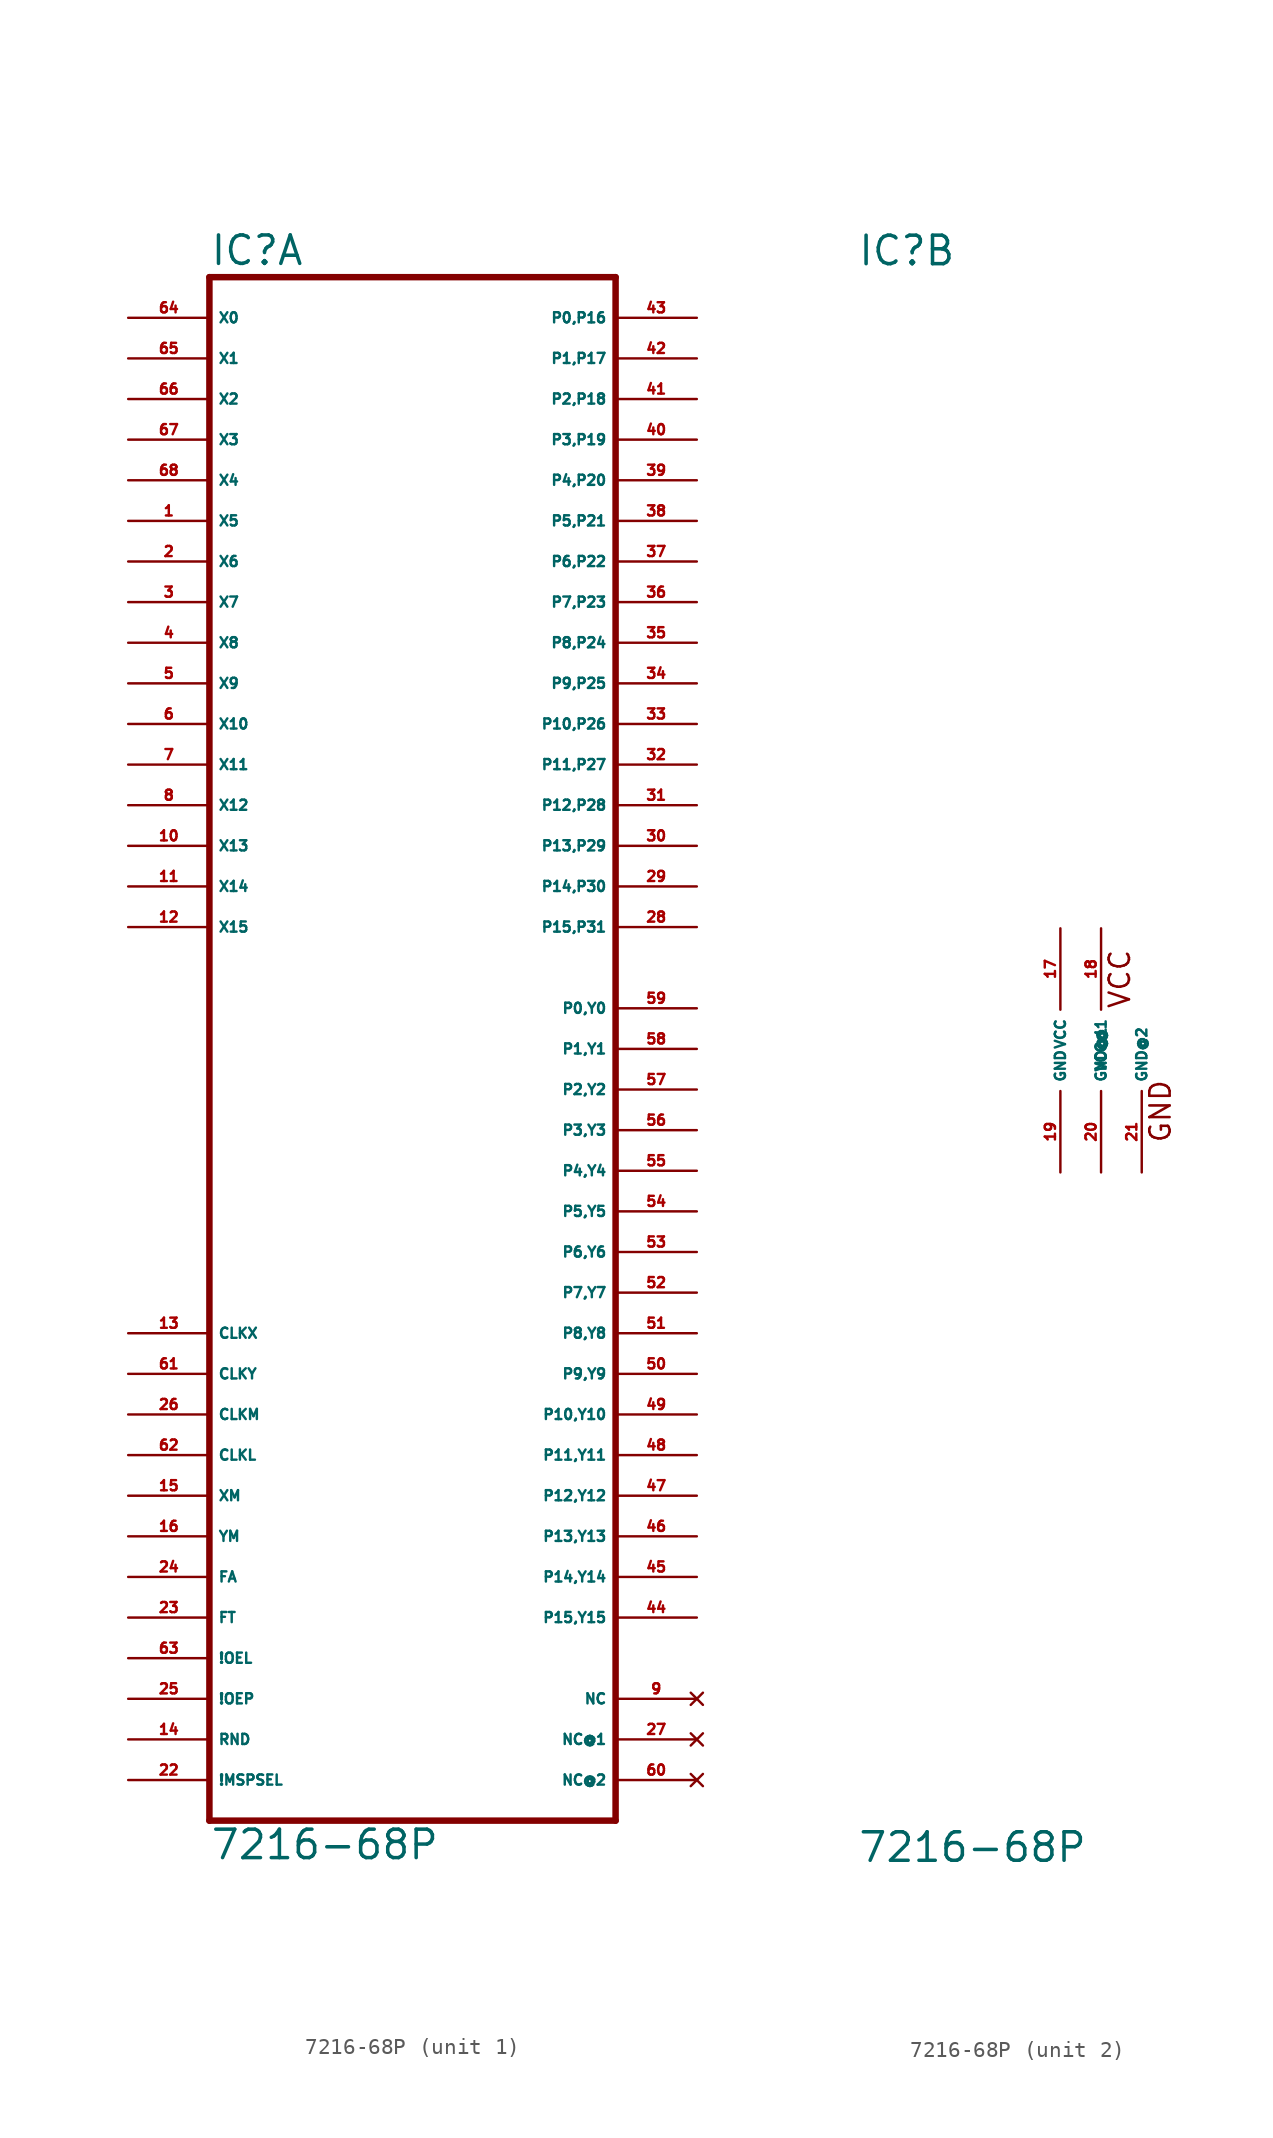
<source format=kicad_sym>
(kicad_symbol_lib
  (version 20220914)
  (generator Eagle2Kicad)
  (symbol "7216-68P"
    (property "Reference" "IC"
      (at -12.7 48.895 0)
      (effects (font (size 1.778 1.778) (thickness 0.22)) (justify left bottom)))
    (property "Value" "7216-68P"
      (at -12.7 -50.8 0)
      (effects (font (size 1.778 1.778) (thickness 0.22)) (justify left bottom)))
    (symbol "7216-68P_1_0"
      (polyline (pts (xy -12.7 -48.26) (xy 12.7 -48.26)) (stroke (width 0.406) (type default)) (fill (type none)))
      (polyline (pts (xy 12.7 -48.26) (xy 12.7 48.26)) (stroke (width 0.406) (type default)) (fill (type none)))
      (polyline (pts (xy 12.7 48.26) (xy -12.7 48.26)) (stroke (width 0.406) (type default)) (fill (type none)))
      (polyline (pts (xy -12.7 48.26) (xy -12.7 -48.26)) (stroke (width 0.406) (type default)) (fill (type none)))
      (pin input line (at -17.78 45.72 0) (length 5.08) (name "X0" (effects (font (size 0.635 0.635) (thickness 0.08)) (justify left bottom))) (number "64" (effects (font (size 0.635 0.635) (thickness 0.08)) (justify left bottom))))
      (pin input line (at -17.78 43.18 0) (length 5.08) (name "X1" (effects (font (size 0.635 0.635) (thickness 0.08)) (justify left bottom))) (number "65" (effects (font (size 0.635 0.635) (thickness 0.08)) (justify left bottom))))
      (pin input line (at -17.78 40.64 0) (length 5.08) (name "X2" (effects (font (size 0.635 0.635) (thickness 0.08)) (justify left bottom))) (number "66" (effects (font (size 0.635 0.635) (thickness 0.08)) (justify left bottom))))
      (pin input line (at -17.78 38.1 0) (length 5.08) (name "X3" (effects (font (size 0.635 0.635) (thickness 0.08)) (justify left bottom))) (number "67" (effects (font (size 0.635 0.635) (thickness 0.08)) (justify left bottom))))
      (pin input line (at -17.78 35.56 0) (length 5.08) (name "X4" (effects (font (size 0.635 0.635) (thickness 0.08)) (justify left bottom))) (number "68" (effects (font (size 0.635 0.635) (thickness 0.08)) (justify left bottom))))
      (pin input line (at -17.78 33.02 0) (length 5.08) (name "X5" (effects (font (size 0.635 0.635) (thickness 0.08)) (justify left bottom))) (number "1" (effects (font (size 0.635 0.635) (thickness 0.08)) (justify left bottom))))
      (pin input line (at -17.78 30.48 0) (length 5.08) (name "X6" (effects (font (size 0.635 0.635) (thickness 0.08)) (justify left bottom))) (number "2" (effects (font (size 0.635 0.635) (thickness 0.08)) (justify left bottom))))
      (pin input line (at -17.78 27.94 0) (length 5.08) (name "X7" (effects (font (size 0.635 0.635) (thickness 0.08)) (justify left bottom))) (number "3" (effects (font (size 0.635 0.635) (thickness 0.08)) (justify left bottom))))
      (pin input line (at -17.78 25.4 0) (length 5.08) (name "X8" (effects (font (size 0.635 0.635) (thickness 0.08)) (justify left bottom))) (number "4" (effects (font (size 0.635 0.635) (thickness 0.08)) (justify left bottom))))
      (pin input line (at -17.78 22.86 0) (length 5.08) (name "X9" (effects (font (size 0.635 0.635) (thickness 0.08)) (justify left bottom))) (number "5" (effects (font (size 0.635 0.635) (thickness 0.08)) (justify left bottom))))
      (pin input line (at -17.78 20.32 0) (length 5.08) (name "X10" (effects (font (size 0.635 0.635) (thickness 0.08)) (justify left bottom))) (number "6" (effects (font (size 0.635 0.635) (thickness 0.08)) (justify left bottom))))
      (pin input line (at -17.78 17.78 0) (length 5.08) (name "X11" (effects (font (size 0.635 0.635) (thickness 0.08)) (justify left bottom))) (number "7" (effects (font (size 0.635 0.635) (thickness 0.08)) (justify left bottom))))
      (pin input line (at -17.78 15.24 0) (length 5.08) (name "X12" (effects (font (size 0.635 0.635) (thickness 0.08)) (justify left bottom))) (number "8" (effects (font (size 0.635 0.635) (thickness 0.08)) (justify left bottom))))
      (pin input line (at -17.78 12.7 0) (length 5.08) (name "X13" (effects (font (size 0.635 0.635) (thickness 0.08)) (justify left bottom))) (number "10" (effects (font (size 0.635 0.635) (thickness 0.08)) (justify left bottom))))
      (pin input line (at -17.78 10.16 0) (length 5.08) (name "X14" (effects (font (size 0.635 0.635) (thickness 0.08)) (justify left bottom))) (number "11" (effects (font (size 0.635 0.635) (thickness 0.08)) (justify left bottom))))
      (pin input line (at -17.78 7.62 0) (length 5.08) (name "X15" (effects (font (size 0.635 0.635) (thickness 0.08)) (justify left bottom))) (number "12" (effects (font (size 0.635 0.635) (thickness 0.08)) (justify left bottom))))
      (pin bidirectional line (at 17.78 -35.56 180) (length 5.08) (name "P15,Y15" (effects (font (size 0.635 0.635) (thickness 0.08)) (justify left bottom))) (number "44" (effects (font (size 0.635 0.635) (thickness 0.08)) (justify left bottom))))
      (pin bidirectional line (at 17.78 -33.02 180) (length 5.08) (name "P14,Y14" (effects (font (size 0.635 0.635) (thickness 0.08)) (justify left bottom))) (number "45" (effects (font (size 0.635 0.635) (thickness 0.08)) (justify left bottom))))
      (pin bidirectional line (at 17.78 -30.48 180) (length 5.08) (name "P13,Y13" (effects (font (size 0.635 0.635) (thickness 0.08)) (justify left bottom))) (number "46" (effects (font (size 0.635 0.635) (thickness 0.08)) (justify left bottom))))
      (pin bidirectional line (at 17.78 -27.94 180) (length 5.08) (name "P12,Y12" (effects (font (size 0.635 0.635) (thickness 0.08)) (justify left bottom))) (number "47" (effects (font (size 0.635 0.635) (thickness 0.08)) (justify left bottom))))
      (pin bidirectional line (at 17.78 -25.4 180) (length 5.08) (name "P11,Y11" (effects (font (size 0.635 0.635) (thickness 0.08)) (justify left bottom))) (number "48" (effects (font (size 0.635 0.635) (thickness 0.08)) (justify left bottom))))
      (pin bidirectional line (at 17.78 -22.86 180) (length 5.08) (name "P10,Y10" (effects (font (size 0.635 0.635) (thickness 0.08)) (justify left bottom))) (number "49" (effects (font (size 0.635 0.635) (thickness 0.08)) (justify left bottom))))
      (pin bidirectional line (at 17.78 -20.32 180) (length 5.08) (name "P9,Y9" (effects (font (size 0.635 0.635) (thickness 0.08)) (justify left bottom))) (number "50" (effects (font (size 0.635 0.635) (thickness 0.08)) (justify left bottom))))
      (pin bidirectional line (at 17.78 -17.78 180) (length 5.08) (name "P8,Y8" (effects (font (size 0.635 0.635) (thickness 0.08)) (justify left bottom))) (number "51" (effects (font (size 0.635 0.635) (thickness 0.08)) (justify left bottom))))
      (pin bidirectional line (at 17.78 -15.24 180) (length 5.08) (name "P7,Y7" (effects (font (size 0.635 0.635) (thickness 0.08)) (justify left bottom))) (number "52" (effects (font (size 0.635 0.635) (thickness 0.08)) (justify left bottom))))
      (pin bidirectional line (at 17.78 -12.7 180) (length 5.08) (name "P6,Y6" (effects (font (size 0.635 0.635) (thickness 0.08)) (justify left bottom))) (number "53" (effects (font (size 0.635 0.635) (thickness 0.08)) (justify left bottom))))
      (pin bidirectional line (at 17.78 -10.16 180) (length 5.08) (name "P5,Y5" (effects (font (size 0.635 0.635) (thickness 0.08)) (justify left bottom))) (number "54" (effects (font (size 0.635 0.635) (thickness 0.08)) (justify left bottom))))
      (pin bidirectional line (at 17.78 -7.62 180) (length 5.08) (name "P4,Y4" (effects (font (size 0.635 0.635) (thickness 0.08)) (justify left bottom))) (number "55" (effects (font (size 0.635 0.635) (thickness 0.08)) (justify left bottom))))
      (pin bidirectional line (at 17.78 -5.08 180) (length 5.08) (name "P3,Y3" (effects (font (size 0.635 0.635) (thickness 0.08)) (justify left bottom))) (number "56" (effects (font (size 0.635 0.635) (thickness 0.08)) (justify left bottom))))
      (pin bidirectional line (at 17.78 -2.54 180) (length 5.08) (name "P2,Y2" (effects (font (size 0.635 0.635) (thickness 0.08)) (justify left bottom))) (number "57" (effects (font (size 0.635 0.635) (thickness 0.08)) (justify left bottom))))
      (pin bidirectional line (at 17.78 0 180) (length 5.08) (name "P1,Y1" (effects (font (size 0.635 0.635) (thickness 0.08)) (justify left bottom))) (number "58" (effects (font (size 0.635 0.635) (thickness 0.08)) (justify left bottom))))
      (pin bidirectional line (at 17.78 2.54 180) (length 5.08) (name "P0,Y0" (effects (font (size 0.635 0.635) (thickness 0.08)) (justify left bottom))) (number "59" (effects (font (size 0.635 0.635) (thickness 0.08)) (justify left bottom))))
      (pin input line (at -17.78 -17.78 0) (length 5.08) (name "CLKX" (effects (font (size 0.635 0.635) (thickness 0.08)) (justify left bottom))) (number "13" (effects (font (size 0.635 0.635) (thickness 0.08)) (justify left bottom))))
      (pin input line (at -17.78 -20.32 0) (length 5.08) (name "CLKY" (effects (font (size 0.635 0.635) (thickness 0.08)) (justify left bottom))) (number "61" (effects (font (size 0.635 0.635) (thickness 0.08)) (justify left bottom))))
      (pin input line (at -17.78 -22.86 0) (length 5.08) (name "CLKM" (effects (font (size 0.635 0.635) (thickness 0.08)) (justify left bottom))) (number "26" (effects (font (size 0.635 0.635) (thickness 0.08)) (justify left bottom))))
      (pin input line (at -17.78 -25.4 0) (length 5.08) (name "CLKL" (effects (font (size 0.635 0.635) (thickness 0.08)) (justify left bottom))) (number "62" (effects (font (size 0.635 0.635) (thickness 0.08)) (justify left bottom))))
      (pin input line (at -17.78 -27.94 0) (length 5.08) (name "XM" (effects (font (size 0.635 0.635) (thickness 0.08)) (justify left bottom))) (number "15" (effects (font (size 0.635 0.635) (thickness 0.08)) (justify left bottom))))
      (pin input line (at -17.78 -30.48 0) (length 5.08) (name "YM" (effects (font (size 0.635 0.635) (thickness 0.08)) (justify left bottom))) (number "16" (effects (font (size 0.635 0.635) (thickness 0.08)) (justify left bottom))))
      (pin input line (at -17.78 -33.02 0) (length 5.08) (name "FA" (effects (font (size 0.635 0.635) (thickness 0.08)) (justify left bottom))) (number "24" (effects (font (size 0.635 0.635) (thickness 0.08)) (justify left bottom))))
      (pin input line (at -17.78 -35.56 0) (length 5.08) (name "FT" (effects (font (size 0.635 0.635) (thickness 0.08)) (justify left bottom))) (number "23" (effects (font (size 0.635 0.635) (thickness 0.08)) (justify left bottom))))
      (pin input line (at -17.78 -38.1 0) (length 5.08) (name "!OEL" (effects (font (size 0.635 0.635) (thickness 0.08)) (justify left bottom))) (number "63" (effects (font (size 0.635 0.635) (thickness 0.08)) (justify left bottom))))
      (pin input line (at -17.78 -40.64 0) (length 5.08) (name "!OEP" (effects (font (size 0.635 0.635) (thickness 0.08)) (justify left bottom))) (number "25" (effects (font (size 0.635 0.635) (thickness 0.08)) (justify left bottom))))
      (pin input line (at -17.78 -43.18 0) (length 5.08) (name "RND" (effects (font (size 0.635 0.635) (thickness 0.08)) (justify left bottom))) (number "14" (effects (font (size 0.635 0.635) (thickness 0.08)) (justify left bottom))))
      (pin input line (at -17.78 -45.72 0) (length 5.08) (name "!MSPSEL" (effects (font (size 0.635 0.635) (thickness 0.08)) (justify left bottom))) (number "22" (effects (font (size 0.635 0.635) (thickness 0.08)) (justify left bottom))))
      (pin output line (at 17.78 45.72 180) (length 5.08) (name "P0,P16" (effects (font (size 0.635 0.635) (thickness 0.08)) (justify left bottom))) (number "43" (effects (font (size 0.635 0.635) (thickness 0.08)) (justify left bottom))))
      (pin output line (at 17.78 43.18 180) (length 5.08) (name "P1,P17" (effects (font (size 0.635 0.635) (thickness 0.08)) (justify left bottom))) (number "42" (effects (font (size 0.635 0.635) (thickness 0.08)) (justify left bottom))))
      (pin output line (at 17.78 40.64 180) (length 5.08) (name "P2,P18" (effects (font (size 0.635 0.635) (thickness 0.08)) (justify left bottom))) (number "41" (effects (font (size 0.635 0.635) (thickness 0.08)) (justify left bottom))))
      (pin output line (at 17.78 38.1 180) (length 5.08) (name "P3,P19" (effects (font (size 0.635 0.635) (thickness 0.08)) (justify left bottom))) (number "40" (effects (font (size 0.635 0.635) (thickness 0.08)) (justify left bottom))))
      (pin output line (at 17.78 35.56 180) (length 5.08) (name "P4,P20" (effects (font (size 0.635 0.635) (thickness 0.08)) (justify left bottom))) (number "39" (effects (font (size 0.635 0.635) (thickness 0.08)) (justify left bottom))))
      (pin output line (at 17.78 33.02 180) (length 5.08) (name "P5,P21" (effects (font (size 0.635 0.635) (thickness 0.08)) (justify left bottom))) (number "38" (effects (font (size 0.635 0.635) (thickness 0.08)) (justify left bottom))))
      (pin output line (at 17.78 30.48 180) (length 5.08) (name "P6,P22" (effects (font (size 0.635 0.635) (thickness 0.08)) (justify left bottom))) (number "37" (effects (font (size 0.635 0.635) (thickness 0.08)) (justify left bottom))))
      (pin output line (at 17.78 27.94 180) (length 5.08) (name "P7,P23" (effects (font (size 0.635 0.635) (thickness 0.08)) (justify left bottom))) (number "36" (effects (font (size 0.635 0.635) (thickness 0.08)) (justify left bottom))))
      (pin output line (at 17.78 25.4 180) (length 5.08) (name "P8,P24" (effects (font (size 0.635 0.635) (thickness 0.08)) (justify left bottom))) (number "35" (effects (font (size 0.635 0.635) (thickness 0.08)) (justify left bottom))))
      (pin output line (at 17.78 22.86 180) (length 5.08) (name "P9,P25" (effects (font (size 0.635 0.635) (thickness 0.08)) (justify left bottom))) (number "34" (effects (font (size 0.635 0.635) (thickness 0.08)) (justify left bottom))))
      (pin output line (at 17.78 20.32 180) (length 5.08) (name "P10,P26" (effects (font (size 0.635 0.635) (thickness 0.08)) (justify left bottom))) (number "33" (effects (font (size 0.635 0.635) (thickness 0.08)) (justify left bottom))))
      (pin output line (at 17.78 17.78 180) (length 5.08) (name "P11,P27" (effects (font (size 0.635 0.635) (thickness 0.08)) (justify left bottom))) (number "32" (effects (font (size 0.635 0.635) (thickness 0.08)) (justify left bottom))))
      (pin output line (at 17.78 15.24 180) (length 5.08) (name "P12,P28" (effects (font (size 0.635 0.635) (thickness 0.08)) (justify left bottom))) (number "31" (effects (font (size 0.635 0.635) (thickness 0.08)) (justify left bottom))))
      (pin output line (at 17.78 12.7 180) (length 5.08) (name "P13,P29" (effects (font (size 0.635 0.635) (thickness 0.08)) (justify left bottom))) (number "30" (effects (font (size 0.635 0.635) (thickness 0.08)) (justify left bottom))))
      (pin output line (at 17.78 10.16 180) (length 5.08) (name "P14,P30" (effects (font (size 0.635 0.635) (thickness 0.08)) (justify left bottom))) (number "29" (effects (font (size 0.635 0.635) (thickness 0.08)) (justify left bottom))))
      (pin output line (at 17.78 7.62 180) (length 5.08) (name "P15,P31" (effects (font (size 0.635 0.635) (thickness 0.08)) (justify left bottom))) (number "28" (effects (font (size 0.635 0.635) (thickness 0.08)) (justify left bottom))))
      (pin no_connect line (at 17.78 -40.64 180) (length 5.08) (name "NC" (effects (font (size 0.635 0.635) (thickness 0.08)) (justify left bottom) hide)) (number "9" (effects (font (size 0.635 0.635) (thickness 0.08)) (justify left bottom) hide)))
      (pin no_connect line (at 17.78 -43.18 180) (length 5.08) (name "NC@1" (effects (font (size 0.635 0.635) (thickness 0.08)) (justify left bottom) hide)) (number "27" (effects (font (size 0.635 0.635) (thickness 0.08)) (justify left bottom) hide)))
      (pin no_connect line (at 17.78 -45.72 180) (length 5.08) (name "NC@2" (effects (font (size 0.635 0.635) (thickness 0.08)) (justify left bottom) hide)) (number "60" (effects (font (size 0.635 0.635) (thickness 0.08)) (justify left bottom) hide))))
    (symbol "7216-68P_2_0"
      (text "GND" (at 6.985 -5.842 900) (effects (font (size 1.27 1.27) (thickness 0.16)) (justify left bottom)))
      (text "VCC" (at 4.445 2.54 900) (effects (font (size 1.27 1.27) (thickness 0.16)) (justify left bottom)))
      (pin unspecified line (at 0 7.62 270) (length 5.08) (name "VCC" (effects (font (size 0.635 0.635) (thickness 0.08)) (justify left bottom))) (number "17" (effects (font (size 0.635 0.635) (thickness 0.08)) (justify left bottom))))
      (pin unspecified line (at 0 -7.62 90) (length 5.08) (name "GND" (effects (font (size 0.635 0.635) (thickness 0.08)) (justify left bottom))) (number "19" (effects (font (size 0.635 0.635) (thickness 0.08)) (justify left bottom))))
      (pin unspecified line (at 2.54 7.62 270) (length 5.08) (name "VCC@1" (effects (font (size 0.635 0.635) (thickness 0.08)) (justify left bottom))) (number "18" (effects (font (size 0.635 0.635) (thickness 0.08)) (justify left bottom))))
      (pin unspecified line (at 2.54 -7.62 90) (length 5.08) (name "GND@1" (effects (font (size 0.635 0.635) (thickness 0.08)) (justify left bottom))) (number "20" (effects (font (size 0.635 0.635) (thickness 0.08)) (justify left bottom))))
      (pin unspecified line (at 5.08 -7.62 90) (length 5.08) (name "GND@2" (effects (font (size 0.635 0.635) (thickness 0.08)) (justify left bottom))) (number "21" (effects (font (size 0.635 0.635) (thickness 0.08)) (justify left bottom)))))))
</source>
